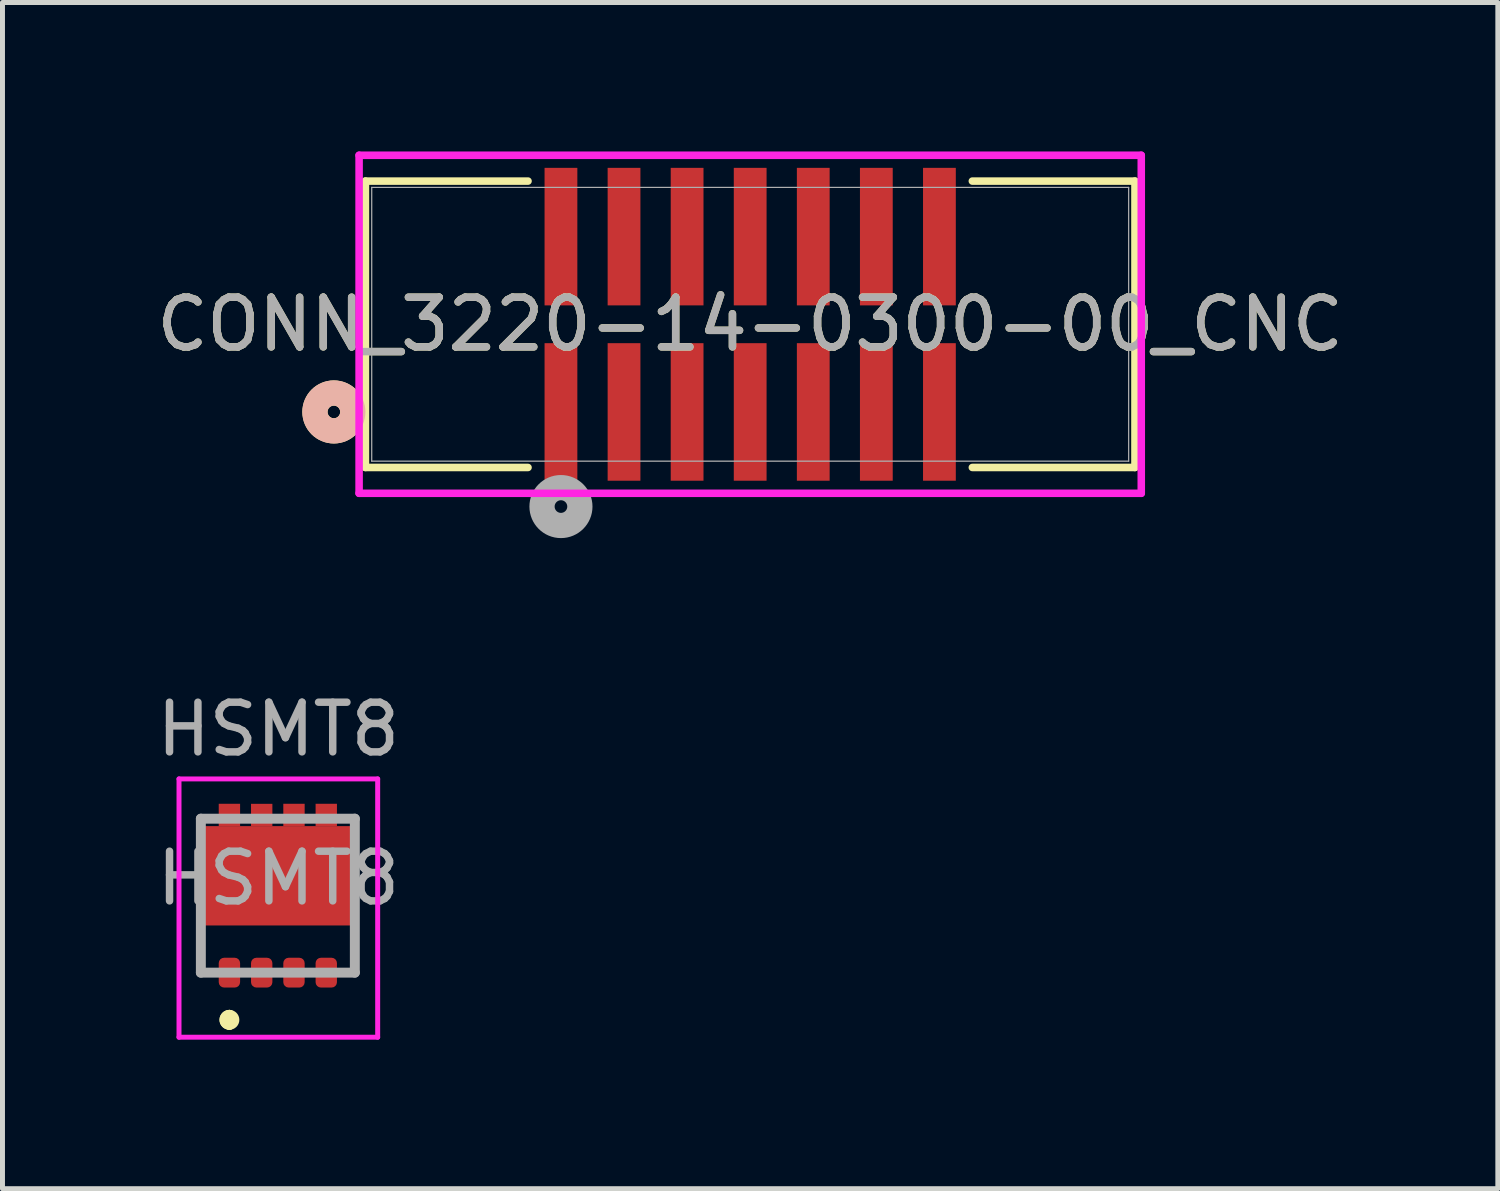
<source format=kicad_pcb>
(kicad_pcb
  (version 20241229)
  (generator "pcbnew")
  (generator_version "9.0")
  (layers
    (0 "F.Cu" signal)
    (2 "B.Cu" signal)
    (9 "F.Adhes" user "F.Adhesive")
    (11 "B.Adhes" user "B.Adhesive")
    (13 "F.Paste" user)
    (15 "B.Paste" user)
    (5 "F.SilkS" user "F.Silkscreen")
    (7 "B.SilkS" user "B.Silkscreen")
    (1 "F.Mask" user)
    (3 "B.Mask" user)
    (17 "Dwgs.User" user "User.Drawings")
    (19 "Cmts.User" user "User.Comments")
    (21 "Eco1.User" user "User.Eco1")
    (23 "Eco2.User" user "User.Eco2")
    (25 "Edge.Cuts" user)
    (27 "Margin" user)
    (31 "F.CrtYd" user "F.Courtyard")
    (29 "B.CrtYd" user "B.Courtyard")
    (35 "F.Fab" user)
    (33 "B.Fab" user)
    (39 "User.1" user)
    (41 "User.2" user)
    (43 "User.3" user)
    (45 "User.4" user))
  (footprint "CONN_3220-14-0300-00_CNC"
    (layer "F.Cu")
    (at 12.054 3.479)
    (property "Reference" "CONN_3220-14-0300-00_CNC" (at 0 0 0) (unlocked yes) (layer "F.SilkS") (effects (font (size 1 1) (thickness 0.15))))
    (attr smd)
    (fp_line (start -7.747 -2.883) (end -7.747 2.883) (stroke (width 0.152) (type solid)) (layer "F.SilkS"))
    (fp_line (start -7.747 2.883) (end -4.473 2.883) (stroke (width 0.152) (type solid)) (layer "F.SilkS"))
    (fp_line (start -4.473 -2.883) (end -7.747 -2.883) (stroke (width 0.152) (type solid)) (layer "F.SilkS"))
    (fp_line (start 4.473 2.883) (end 7.747 2.883) (stroke (width 0.152) (type solid)) (layer "F.SilkS"))
    (fp_line (start 7.747 -2.883) (end 4.473 -2.883) (stroke (width 0.152) (type solid)) (layer "F.SilkS"))
    (fp_line (start 7.747 2.883) (end 7.747 -2.883) (stroke (width 0.152) (type solid)) (layer "F.SilkS"))
    (fp_circle (center -8.382 1.765) (end -8.001 1.765) (stroke (width 0.508) (type solid)) (fill no) (layer "F.SilkS"))
    (fp_circle (center -8.382 1.765) (end -8.001 1.765) (stroke (width 0.508) (type solid)) (fill no) (layer "B.SilkS"))
    (fp_line (start -7.874 -3.403) (end -7.874 3.403) (stroke (width 0.152) (type solid)) (layer "F.CrtYd"))
    (fp_line (start -7.874 3.403) (end 7.874 3.403) (stroke (width 0.152) (type solid)) (layer "F.CrtYd"))
    (fp_line (start 7.874 -3.403) (end -7.874 -3.403) (stroke (width 0.152) (type solid)) (layer "F.CrtYd"))
    (fp_line (start 7.874 3.403) (end 7.874 -3.403) (stroke (width 0.152) (type solid)) (layer "F.CrtYd"))
    (fp_line (start -7.62 -2.756) (end -7.62 2.756) (stroke (width 0.025) (type solid)) (layer "F.Fab"))
    (fp_line (start -7.62 2.756) (end 7.62 2.756) (stroke (width 0.025) (type solid)) (layer "F.Fab"))
    (fp_line (start 7.62 -2.756) (end -7.62 -2.756) (stroke (width 0.025) (type solid)) (layer "F.Fab"))
    (fp_line (start 7.62 2.756) (end 7.62 -2.756) (stroke (width 0.025) (type solid)) (layer "F.Fab"))
    (fp_circle (center -3.81 3.67) (end -3.429 3.67) (stroke (width 0.508) (type solid)) (fill no) (layer "F.Fab"))
    (fp_text user "${REFERENCE}" (at 0 0 0) (unlocked yes) (layer "F.Fab") (effects (font (size 1 1) (thickness 0.15))))
    (pad "1" smd rect (at -3.81 1.765) (size 0.66 2.769) (layers "F.Cu" "F.Mask" "F.Paste"))
    (pad "2" smd rect (at -3.81 -1.765) (size 0.66 2.769) (layers "F.Cu" "F.Mask" "F.Paste"))
    (pad "3" smd rect (at -2.54 1.765) (size 0.66 2.769) (layers "F.Cu" "F.Mask" "F.Paste"))
    (pad "4" smd rect (at -2.54 -1.765) (size 0.66 2.769) (layers "F.Cu" "F.Mask" "F.Paste"))
    (pad "5" smd rect (at -1.27 1.765) (size 0.66 2.769) (layers "F.Cu" "F.Mask" "F.Paste"))
    (pad "6" smd rect (at -1.27 -1.765) (size 0.66 2.769) (layers "F.Cu" "F.Mask" "F.Paste"))
    (pad "7" smd rect (at 0 1.765) (size 0.66 2.769) (layers "F.Cu" "F.Mask" "F.Paste"))
    (pad "8" smd rect (at 0 -1.765) (size 0.66 2.769) (layers "F.Cu" "F.Mask" "F.Paste"))
    (pad "9" smd rect (at 1.27 1.765) (size 0.66 2.769) (layers "F.Cu" "F.Mask" "F.Paste"))
    (pad "10" smd rect (at 1.27 -1.765) (size 0.66 2.769) (layers "F.Cu" "F.Mask" "F.Paste"))
    (pad "11" smd rect (at 2.54 1.765) (size 0.66 2.769) (layers "F.Cu" "F.Mask" "F.Paste"))
    (pad "12" smd rect (at 2.54 -1.765) (size 0.66 2.769) (layers "F.Cu" "F.Mask" "F.Paste"))
    (pad "13" smd rect (at 3.81 1.765) (size 0.66 2.769) (layers "F.Cu" "F.Mask" "F.Paste"))
    (pad "14" smd rect (at 3.81 -1.765) (size 0.66 2.769) (layers "F.Cu" "F.Mask" "F.Paste")))
  (footprint "HSMT8"
    (layer "F.Cu")
    (at 2.554 12.133)
    (property "Reference" "HSMT8" (at 0 -0.5 0) (unlocked yes) (layer "F.Fab") (effects (font (size 1 1) (thickness 0.15))))
    (attr smd)
    (fp_line (start -1.56 3.876) (end -1.56 4.4) (stroke (width 0.1) (type solid)) (layer "F.SilkS"))
    (fp_line (start -0.985 5.25) (end -0.985 5.25) (stroke (width 0.2) (type solid)) (layer "F.SilkS"))
    (fp_line (start -0.985 5.25) (end -0.985 5.25) (stroke (width 0.2) (type solid)) (layer "F.SilkS"))
    (fp_line (start -0.985 5.45) (end -0.985 5.45) (stroke (width 0.2) (type solid)) (layer "F.SilkS"))
    (fp_line (start 1.54 3.876) (end 1.54 4.4) (stroke (width 0.1) (type solid)) (layer "F.SilkS"))
    (fp_arc (start -0.985 5.25) (mid -0.885 5.35) (end -0.985 5.45) (stroke (width 0.2) (type solid)) (layer "F.SilkS"))
    (fp_arc (start -0.985 5.45) (mid -1.085 5.35) (end -0.985 5.25) (stroke (width 0.2) (type solid)) (layer "F.SilkS"))
    (fp_arc (start -0.985 5.45) (mid -1.085 5.35) (end -0.985 5.25) (stroke (width 0.2) (type solid)) (layer "F.SilkS"))
    (fp_line (start -2 0.5) (end 2 0.5) (stroke (width 0.1) (type solid)) (layer "F.CrtYd"))
    (fp_line (start -2 5.7) (end -2 0.5) (stroke (width 0.1) (type solid)) (layer "F.CrtYd"))
    (fp_line (start 2 0.5) (end 2 5.7) (stroke (width 0.1) (type solid)) (layer "F.CrtYd"))
    (fp_line (start 2 5.7) (end -2 5.7) (stroke (width 0.1) (type solid)) (layer "F.CrtYd"))
    (fp_line (start -1.56 1.3) (end -1.56 4.4) (stroke (width 0.2) (type solid)) (layer "F.Fab"))
    (fp_line (start -1.56 4.4) (end 1.54 4.4) (stroke (width 0.2) (type solid)) (layer "F.Fab"))
    (fp_line (start 1.54 1.3) (end -1.56 1.3) (stroke (width 0.2) (type solid)) (layer "F.Fab"))
    (fp_line (start 1.54 4.4) (end 1.54 1.3) (stroke (width 0.2) (type solid)) (layer "F.Fab"))
    (fp_text user "${REFERENCE}" (at 0 2.5 0) (unlocked yes) (layer "F.Fab") (effects (font (size 1 1) (thickness 0.15))))
    (pad "1" smd roundrect (at -0.985 4.4 90) (size 0.6 0.43) (layers "F.Cu" "F.Mask" "F.Paste") (roundrect_rratio 0.25) (chamfer_ratio 0.2) (chamfer))
    (pad "2" smd roundrect (at -0.335 4.4 90) (size 0.6 0.43) (layers "F.Cu" "F.Mask" "F.Paste") (roundrect_rratio 0.25))
    (pad "3" smd roundrect (at 0.315 4.4 90) (size 0.6 0.43) (layers "F.Cu" "F.Mask" "F.Paste") (roundrect_rratio 0.25))
    (pad "4" smd roundrect (at 0.965 4.4 90) (size 0.6 0.43) (layers "F.Cu" "F.Mask" "F.Paste") (roundrect_rratio 0.25))
    (pad "5" smd rect (at 0.965 1.225 90) (size 0.45 0.43) (layers "F.Cu" "F.Mask" "F.Paste"))
    (pad "6" smd rect (at 0.315 1.225 90) (size 0.45 0.43) (layers "F.Cu" "F.Mask" "F.Paste"))
    (pad "7" smd rect (at -0.335 1.226 90) (size 0.45 0.43) (layers "F.Cu" "F.Mask" "F.Paste"))
    (pad "8" smd rect (at -0.985 1.225 90) (size 0.45 0.43) (layers "F.Cu" "F.Mask" "F.Paste"))
    (pad "8" smd rect (at -0.01 2.45 90) (size 2 3) (layers "F.Cu" "F.Mask" "F.Paste")))
  (gr_rect
    (start -3 -3)
    (end 27.107 20.883)
    (stroke (width 0.1) (type default))
    (fill no)
    (layer "Edge.Cuts")))
</source>
